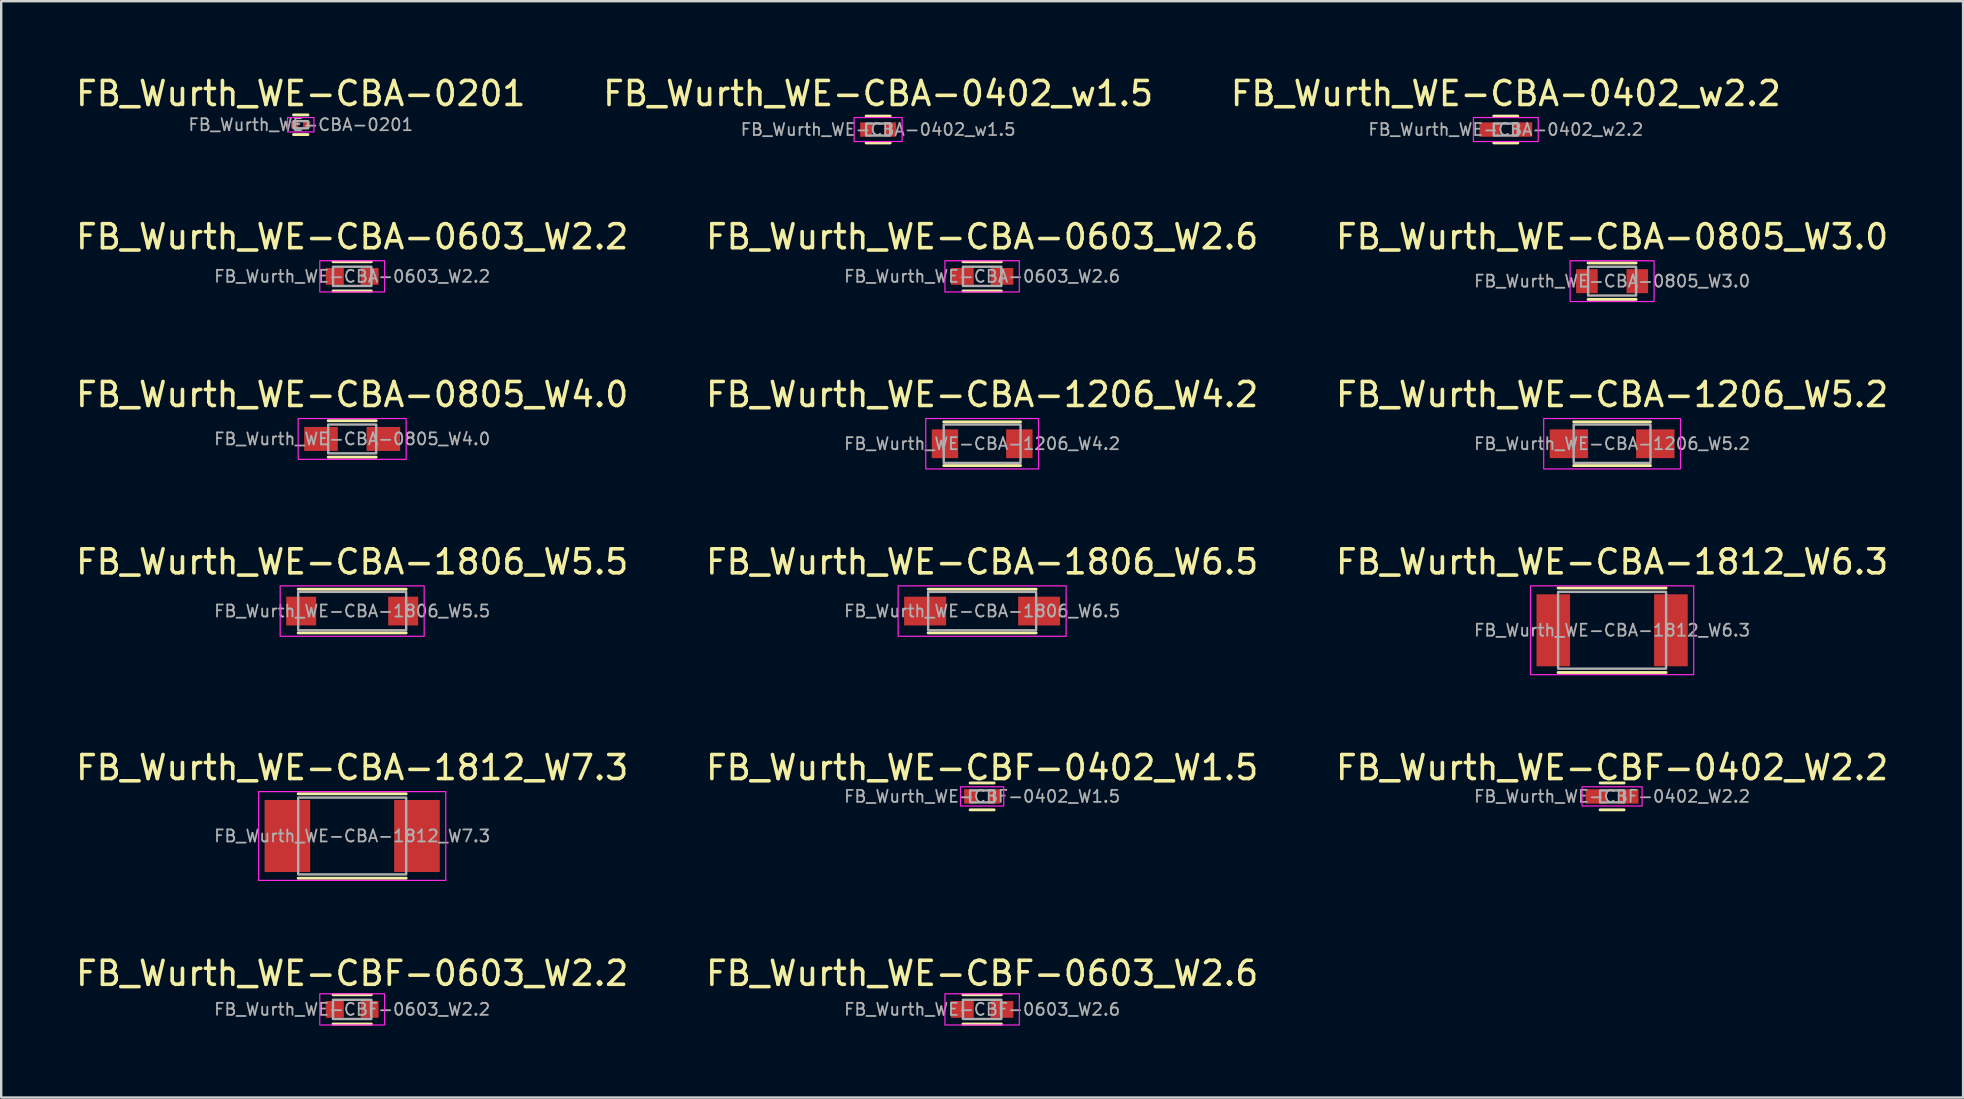
<source format=kicad_pcb>
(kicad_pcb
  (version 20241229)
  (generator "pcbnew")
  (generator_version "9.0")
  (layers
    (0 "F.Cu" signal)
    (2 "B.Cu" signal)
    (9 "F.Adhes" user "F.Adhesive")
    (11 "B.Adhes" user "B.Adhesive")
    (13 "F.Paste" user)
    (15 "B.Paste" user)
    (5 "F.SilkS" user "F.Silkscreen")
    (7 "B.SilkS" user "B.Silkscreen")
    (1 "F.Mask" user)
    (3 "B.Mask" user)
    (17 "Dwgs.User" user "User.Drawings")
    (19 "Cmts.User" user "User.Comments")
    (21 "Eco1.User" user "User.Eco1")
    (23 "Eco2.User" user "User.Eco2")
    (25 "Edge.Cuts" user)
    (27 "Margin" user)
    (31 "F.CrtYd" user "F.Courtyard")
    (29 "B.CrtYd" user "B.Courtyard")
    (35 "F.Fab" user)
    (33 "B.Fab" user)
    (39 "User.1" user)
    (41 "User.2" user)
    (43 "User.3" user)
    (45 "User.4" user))
  (footprint "FB_Wurth_WE-CBF-0402_W2.2"
    (layer "F.Cu")
    (at 64.125 30.136)
    (property "Reference" "FB_Wurth_WE-CBF-0402_W2.2" (at 0 -1.2 0) (unlocked yes) (layer "F.SilkS") (effects (font (size 1 1) (thickness 0.15))))
    (attr smd)
    (fp_line (start -0.5 -0.56) (end 0.5 -0.56) (stroke (width 0.12) (type default)) (layer "F.SilkS"))
    (fp_line (start -0.5 0.56) (end 0.5 0.56) (stroke (width 0.12) (type default)) (layer "F.SilkS"))
    (fp_rect (start -1.25 -0.4) (end 1.25 0.4) (stroke (width 0.05) (type default)) (fill no) (layer "F.CrtYd"))
    (fp_rect (start -0.5 -0.25) (end 0.5 0.25) (stroke (width 0.1) (type default)) (fill no) (layer "F.Fab"))
    (fp_text user "${REFERENCE}" (at 0 0 0) (unlocked yes) (layer "F.Fab") (effects (font (size 0.5 0.5) (thickness 0.075))))
    (pad "1" smd rect (at -0.675 0) (size 0.85 0.6) (layers "F.Cu" "F.Mask" "F.Paste"))
    (pad "2" smd rect (at 0.675 0) (size 0.85 0.6) (layers "F.Cu" "F.Mask" "F.Paste")))
  (footprint "FB_Wurth_WE-CBA-1206_W4.2"
    (layer "F.Cu")
    (at 37.875 15.44)
    (property "Reference" "FB_Wurth_WE-CBA-1206_W4.2" (at 0 -2.05 0) (unlocked yes) (layer "F.SilkS") (effects (font (size 1 1) (thickness 0.15))))
    (attr smd)
    (fp_line (start -1.6 -0.91) (end 1.6 -0.91) (stroke (width 0.12) (type solid)) (layer "F.SilkS"))
    (fp_line (start -1.6 0.91) (end 1.6 0.91) (stroke (width 0.12) (type solid)) (layer "F.SilkS"))
    (fp_rect (start -2.35 -1.05) (end 2.35 1.05) (stroke (width 0.05) (type solid)) (fill no) (layer "F.CrtYd"))
    (fp_rect (start -1.6 -0.8) (end 1.6 0.8) (stroke (width 0.1) (type solid)) (fill no) (layer "F.Fab"))
    (fp_text user "${REFERENCE}" (at 0 0 0) (unlocked yes) (layer "F.Fab") (effects (font (size 0.5 0.5) (thickness 0.075))))
    (pad "1" smd rect (at -1.55 0) (size 1.1 1.2) (layers "F.Cu" "F.Mask" "F.Paste"))
    (pad "2" smd rect (at 1.55 0) (size 1.1 1.2) (layers "F.Cu" "F.Mask" "F.Paste")))
  (footprint "FB_Wurth_WE-CBA-0805_W4.0"
    (layer "F.Cu")
    (at 11.625 15.24)
    (property "Reference" "FB_Wurth_WE-CBA-0805_W4.0" (at 0 -1.85 0) (unlocked yes) (layer "F.SilkS") (effects (font (size 1 1) (thickness 0.15))))
    (attr smd)
    (fp_line (start -1 -0.76) (end 1 -0.76) (stroke (width 0.12) (type solid)) (layer "F.SilkS"))
    (fp_line (start -1 0.76) (end 1 0.76) (stroke (width 0.12) (type solid)) (layer "F.SilkS"))
    (fp_rect (start -2.25 -0.85) (end 2.25 0.85) (stroke (width 0.05) (type solid)) (fill no) (layer "F.CrtYd"))
    (fp_rect (start -1 -0.6) (end 1 0.6) (stroke (width 0.1) (type solid)) (fill no) (layer "F.Fab"))
    (fp_text user "${REFERENCE}" (at 0 0 0) (unlocked yes) (layer "F.Fab") (effects (font (size 0.5 0.5) (thickness 0.075))))
    (pad "1" smd rect (at -1.3 0) (size 1.4 1) (layers "F.Cu" "F.Mask" "F.Paste"))
    (pad "2" smd rect (at 1.3 0) (size 1.4 1) (layers "F.Cu" "F.Mask" "F.Paste")))
  (footprint "FB_Wurth_WE-CBA-0402_w2.2"
    (layer "F.Cu")
    (at 59.696 2.348)
    (property "Reference" "FB_Wurth_WE-CBA-0402_w2.2" (at 0 -1.5 0) (unlocked yes) (layer "F.SilkS") (effects (font (size 1 1) (thickness 0.15))))
    (attr smd)
    (fp_line (start -0.5 -0.56) (end 0.5 -0.56) (stroke (width 0.12) (type solid)) (layer "F.SilkS"))
    (fp_line (start -0.5 0.56) (end 0.5 0.56) (stroke (width 0.12) (type solid)) (layer "F.SilkS"))
    (fp_rect (start -1.35 -0.5) (end 1.35 0.5) (stroke (width 0.05) (type solid)) (fill no) (layer "F.CrtYd"))
    (fp_rect (start -0.5 -0.25) (end 0.5 0.25) (stroke (width 0.1) (type solid)) (fill no) (layer "F.Fab"))
    (fp_text user "${REFERENCE}" (at 0 0 0) (unlocked yes) (layer "F.Fab") (effects (font (size 0.5 0.5) (thickness 0.075))))
    (pad "1" smd rect (at -0.675 0) (size 0.85 0.6) (layers "F.Cu" "F.Mask" "F.Paste"))
    (pad "2" smd rect (at 0.675 0) (size 0.85 0.6) (layers "F.Cu" "F.Mask" "F.Paste")))
  (footprint "FB_Wurth_WE-CBA-1806_W6.5"
    (layer "F.Cu")
    (at 37.875 22.413)
    (property "Reference" "FB_Wurth_WE-CBA-1806_W6.5" (at 0 -2.05 0) (unlocked yes) (layer "F.SilkS") (effects (font (size 1 1) (thickness 0.15))))
    (attr smd)
    (fp_line (start -2.25 -0.91) (end 2.25 -0.91) (stroke (width 0.12) (type solid)) (layer "F.SilkS"))
    (fp_line (start -2.25 0.91) (end 2.25 0.91) (stroke (width 0.12) (type solid)) (layer "F.SilkS"))
    (fp_rect (start -3.5 -1.05) (end 3.5 1.05) (stroke (width 0.05) (type solid)) (fill no) (layer "F.CrtYd"))
    (fp_rect (start -2.25 -0.8) (end 2.25 0.8) (stroke (width 0.1) (type solid)) (fill no) (layer "F.Fab"))
    (fp_text user "${REFERENCE}" (at 0 0 0) (unlocked yes) (layer "F.Fab") (effects (font (size 0.5 0.5) (thickness 0.075))))
    (pad "1" smd rect (at -2.375 0) (size 1.75 1.2) (layers "F.Cu" "F.Mask" "F.Paste"))
    (pad "2" smd rect (at 2.375 0) (size 1.75 1.2) (layers "F.Cu" "F.Mask" "F.Paste")))
  (footprint "FB_Wurth_WE-CBA-0805_W3.0"
    (layer "F.Cu")
    (at 64.125 8.666)
    (property "Reference" "FB_Wurth_WE-CBA-0805_W3.0" (at 0 -1.85 0) (unlocked yes) (layer "F.SilkS") (effects (font (size 1 1) (thickness 0.15))))
    (attr smd)
    (fp_line (start -1 -0.76) (end 1 -0.76) (stroke (width 0.12) (type solid)) (layer "F.SilkS"))
    (fp_line (start -1 0.76) (end 1 0.76) (stroke (width 0.12) (type solid)) (layer "F.SilkS"))
    (fp_rect (start -1.75 -0.85) (end 1.75 0.85) (stroke (width 0.05) (type solid)) (fill no) (layer "F.CrtYd"))
    (fp_rect (start -1 -0.6) (end 1 0.6) (stroke (width 0.1) (type solid)) (fill no) (layer "F.Fab"))
    (fp_text user "${REFERENCE}" (at 0 0 0) (unlocked yes) (layer "F.Fab") (effects (font (size 0.5 0.5) (thickness 0.075))))
    (pad "1" smd rect (at -1.05 0) (size 0.9 1) (layers "F.Cu" "F.Mask" "F.Paste"))
    (pad "2" smd rect (at 1.05 0) (size 0.9 1) (layers "F.Cu" "F.Mask" "F.Paste")))
  (footprint "FB_Wurth_WE-CBA-0201"
    (layer "F.Cu")
    (at 9.482 2.148)
    (property "Reference" "FB_Wurth_WE-CBA-0201" (at 0 -1.3 0) (unlocked yes) (layer "F.SilkS") (effects (font (size 1 1) (thickness 0.15))))
    (attr smd)
    (fp_line (start -0.3 -0.41) (end 0.3 -0.41) (stroke (width 0.12) (type solid)) (layer "F.SilkS"))
    (fp_line (start -0.3 0.41) (end 0.3 0.41) (stroke (width 0.12) (type solid)) (layer "F.SilkS"))
    (fp_rect (start -0.55 -0.3) (end 0.55 0.3) (stroke (width 0.05) (type solid)) (fill no) (layer "F.CrtYd"))
    (fp_rect (start -0.3 -0.15) (end 0.3 0.15) (stroke (width 0.1) (type solid)) (fill no) (layer "F.Fab"))
    (fp_text user "${REFERENCE}" (at 0 0 0) (unlocked yes) (layer "F.Fab") (effects (font (size 0.5 0.5) (thickness 0.075))))
    (pad "1" smd rect (at -0.25 0) (size 0.3 0.3) (layers "F.Cu" "F.Mask" "F.Paste"))
    (pad "2" smd rect (at 0.25 0) (size 0.3 0.3) (layers "F.Cu" "F.Mask" "F.Paste")))
  (footprint "FB_Wurth_WE-CBA-0603_W2.6"
    (layer "F.Cu")
    (at 37.875 8.466)
    (property "Reference" "FB_Wurth_WE-CBA-0603_W2.6" (at 0 -1.65 0) (unlocked yes) (layer "F.SilkS") (effects (font (size 1 1) (thickness 0.15))))
    (attr smd)
    (fp_line (start -0.8 -0.61) (end 0.8 -0.61) (stroke (width 0.12) (type solid)) (layer "F.SilkS"))
    (fp_line (start -0.8 0.61) (end 0.8 0.61) (stroke (width 0.12) (type solid)) (layer "F.SilkS"))
    (fp_rect (start -1.55 -0.65) (end 1.55 0.65) (stroke (width 0.05) (type solid)) (fill no) (layer "F.CrtYd"))
    (fp_rect (start -0.8 -0.4) (end 0.8 0.4) (stroke (width 0.1) (type solid)) (fill no) (layer "F.Fab"))
    (fp_text user "${REFERENCE}" (at 0 0 0) (unlocked yes) (layer "F.Fab") (effects (font (size 0.5 0.5) (thickness 0.075))))
    (pad "1" smd rect (at -0.825 0) (size 0.95 0.7) (layers "F.Cu" "F.Mask" "F.Paste"))
    (pad "2" smd rect (at 0.825 0) (size 0.95 0.7) (layers "F.Cu" "F.Mask" "F.Paste")))
  (footprint "FB_Wurth_WE-CBA-0402_w1.5"
    (layer "F.Cu")
    (at 33.542 2.348)
    (property "Reference" "FB_Wurth_WE-CBA-0402_w1.5" (at 0 -1.5 0) (unlocked yes) (layer "F.SilkS") (effects (font (size 1 1) (thickness 0.15))))
    (attr smd)
    (fp_line (start -0.5 -0.56) (end 0.5 -0.56) (stroke (width 0.12) (type solid)) (layer "F.SilkS"))
    (fp_line (start -0.5 0.56) (end 0.5 0.56) (stroke (width 0.12) (type solid)) (layer "F.SilkS"))
    (fp_rect (start -1 -0.5) (end 1 0.5) (stroke (width 0.05) (type solid)) (fill no) (layer "F.CrtYd"))
    (fp_rect (start -0.5 -0.25) (end 0.5 0.25) (stroke (width 0.1) (type solid)) (fill no) (layer "F.Fab"))
    (fp_text user "${REFERENCE}" (at 0 0 0) (unlocked yes) (layer "F.Fab") (effects (font (size 0.5 0.5) (thickness 0.075))))
    (pad "1" smd rect (at -0.5 0) (size 0.5 0.6) (layers "F.Cu" "F.Mask" "F.Paste"))
    (pad "2" smd rect (at 0.5 0) (size 0.5 0.6) (layers "F.Cu" "F.Mask" "F.Paste")))
  (footprint "FB_Wurth_WE-CBF-0402_W1.5"
    (layer "F.Cu")
    (at 37.875 30.136)
    (property "Reference" "FB_Wurth_WE-CBF-0402_W1.5" (at 0 -1.2 0) (unlocked yes) (layer "F.SilkS") (effects (font (size 1 1) (thickness 0.15))))
    (attr smd)
    (fp_line (start -0.5 -0.56) (end 0.5 -0.56) (stroke (width 0.12) (type default)) (layer "F.SilkS"))
    (fp_line (start -0.5 0.56) (end 0.5 0.56) (stroke (width 0.12) (type default)) (layer "F.SilkS"))
    (fp_rect (start -0.9 -0.4) (end 0.9 0.4) (stroke (width 0.05) (type default)) (fill no) (layer "F.CrtYd"))
    (fp_rect (start -0.5 -0.25) (end 0.5 0.25) (stroke (width 0.1) (type default)) (fill no) (layer "F.Fab"))
    (fp_text user "${REFERENCE}" (at 0 0 0) (unlocked yes) (layer "F.Fab") (effects (font (size 0.5 0.5) (thickness 0.075))))
    (pad "1" smd rect (at -0.5 0) (size 0.5 0.6) (layers "F.Cu" "F.Mask" "F.Paste"))
    (pad "2" smd rect (at 0.5 0) (size 0.5 0.6) (layers "F.Cu" "F.Mask" "F.Paste")))
  (footprint "FB_Wurth_WE-CBF-0603_W2.6"
    (layer "F.Cu")
    (at 37.875 39.01)
    (property "Reference" "FB_Wurth_WE-CBF-0603_W2.6" (at 0 -1.5 0) (unlocked yes) (layer "F.SilkS") (effects (font (size 1 1) (thickness 0.15))))
    (attr smd)
    (fp_line (start -0.8 -0.61) (end 0.8 -0.61) (stroke (width 0.12) (type default)) (layer "F.SilkS"))
    (fp_line (start -0.8 0.61) (end 0.8 0.61) (stroke (width 0.12) (type default)) (layer "F.SilkS"))
    (fp_rect (start -1.55 -0.65) (end 1.55 0.65) (stroke (width 0.05) (type default)) (fill no) (layer "F.CrtYd"))
    (fp_rect (start -0.8 -0.4) (end 0.8 0.4) (stroke (width 0.1) (type default)) (fill no) (layer "F.Fab"))
    (fp_text user "${REFERENCE}" (at 0 0 0) (unlocked yes) (layer "F.Fab") (effects (font (size 0.5 0.5) (thickness 0.075))))
    (pad "1" smd rect (at -0.825 0) (size 0.95 0.7) (layers "F.Cu" "F.Mask" "F.Paste"))
    (pad "2" smd rect (at 0.825 0) (size 0.95 0.7) (layers "F.Cu" "F.Mask" "F.Paste")))
  (footprint "FB_Wurth_WE-CBA-1806_W5.5"
    (layer "F.Cu")
    (at 11.625 22.413)
    (property "Reference" "FB_Wurth_WE-CBA-1806_W5.5" (at 0 -2.05 0) (unlocked yes) (layer "F.SilkS") (effects (font (size 1 1) (thickness 0.15))))
    (attr smd)
    (fp_line (start -2.25 -0.91) (end 2.25 -0.91) (stroke (width 0.12) (type solid)) (layer "F.SilkS"))
    (fp_line (start -2.25 0.91) (end 2.25 0.91) (stroke (width 0.12) (type solid)) (layer "F.SilkS"))
    (fp_rect (start -3 -1.05) (end 3 1.05) (stroke (width 0.05) (type solid)) (fill no) (layer "F.CrtYd"))
    (fp_rect (start -2.25 -0.8) (end 2.25 0.8) (stroke (width 0.1) (type solid)) (fill no) (layer "F.Fab"))
    (fp_text user "${REFERENCE}" (at 0 0 0) (unlocked yes) (layer "F.Fab") (effects (font (size 0.5 0.5) (thickness 0.075))))
    (pad "1" smd rect (at -2.125 0) (size 1.25 1.2) (layers "F.Cu" "F.Mask" "F.Paste"))
    (pad "2" smd rect (at 2.125 0) (size 1.25 1.2) (layers "F.Cu" "F.Mask" "F.Paste")))
  (footprint "FB_Wurth_WE-CBA-0603_W2.2"
    (layer "F.Cu")
    (at 11.625 8.466)
    (property "Reference" "FB_Wurth_WE-CBA-0603_W2.2" (at 0 -1.65 0) (unlocked yes) (layer "F.SilkS") (effects (font (size 1 1) (thickness 0.15))))
    (attr smd)
    (fp_line (start -0.8 -0.61) (end 0.8 -0.61) (stroke (width 0.12) (type solid)) (layer "F.SilkS"))
    (fp_line (start -0.8 0.61) (end 0.8 0.61) (stroke (width 0.12) (type solid)) (layer "F.SilkS"))
    (fp_rect (start -1.35 -0.65) (end 1.35 0.65) (stroke (width 0.05) (type solid)) (fill no) (layer "F.CrtYd"))
    (fp_rect (start -0.8 -0.4) (end 0.8 0.4) (stroke (width 0.1) (type solid)) (fill no) (layer "F.Fab"))
    (fp_text user "${REFERENCE}" (at 0 0 0) (unlocked yes) (layer "F.Fab") (effects (font (size 0.5 0.5) (thickness 0.075))))
    (pad "1" smd rect (at -0.725 0) (size 0.75 0.7) (layers "F.Cu" "F.Mask" "F.Paste"))
    (pad "2" smd rect (at 0.725 0) (size 0.75 0.7) (layers "F.Cu" "F.Mask" "F.Paste")))
  (footprint "FB_Wurth_WE-CBA-1812_W7.3"
    (layer "F.Cu")
    (at 11.625 31.786)
    (property "Reference" "FB_Wurth_WE-CBA-1812_W7.3" (at 0 -2.85 0) (unlocked yes) (layer "F.SilkS") (effects (font (size 1 1) (thickness 0.15))))
    (attr smd)
    (fp_line (start -2.25 -1.76) (end 2.25 -1.76) (stroke (width 0.12) (type solid)) (layer "F.SilkS"))
    (fp_line (start -2.25 1.76) (end 2.25 1.76) (stroke (width 0.12) (type solid)) (layer "F.SilkS"))
    (fp_rect (start -3.9 -1.85) (end 3.9 1.85) (stroke (width 0.05) (type solid)) (fill no) (layer "F.CrtYd"))
    (fp_rect (start -2.25 -1.6) (end 2.25 1.6) (stroke (width 0.1) (type solid)) (fill no) (layer "F.Fab"))
    (fp_text user "${REFERENCE}" (at 0 0 0) (unlocked yes) (layer "F.Fab") (effects (font (size 0.5 0.5) (thickness 0.075))))
    (pad "1" smd rect (at -2.7 0) (size 1.9 3) (layers "F.Cu" "F.Mask" "F.Paste"))
    (pad "2" smd rect (at 2.7 0) (size 1.9 3) (layers "F.Cu" "F.Mask" "F.Paste")))
  (footprint "FB_Wurth_WE-CBA-1812_W6.3"
    (layer "F.Cu")
    (at 64.125 23.213)
    (property "Reference" "FB_Wurth_WE-CBA-1812_W6.3" (at 0 -2.85 0) (unlocked yes) (layer "F.SilkS") (effects (font (size 1 1) (thickness 0.15))))
    (attr smd)
    (fp_line (start -2.25 -1.76) (end 2.25 -1.76) (stroke (width 0.12) (type solid)) (layer "F.SilkS"))
    (fp_line (start -2.25 1.76) (end 2.25 1.76) (stroke (width 0.12) (type solid)) (layer "F.SilkS"))
    (fp_rect (start -3.4 -1.85) (end 3.4 1.85) (stroke (width 0.05) (type solid)) (fill no) (layer "F.CrtYd"))
    (fp_rect (start -2.25 -1.6) (end 2.25 1.6) (stroke (width 0.1) (type solid)) (fill no) (layer "F.Fab"))
    (fp_text user "${REFERENCE}" (at 0 0 0) (unlocked yes) (layer "F.Fab") (effects (font (size 0.5 0.5) (thickness 0.075))))
    (pad "1" smd rect (at -2.45 0) (size 1.4 3) (layers "F.Cu" "F.Mask" "F.Paste"))
    (pad "2" smd rect (at 2.45 0) (size 1.4 3) (layers "F.Cu" "F.Mask" "F.Paste")))
  (footprint "FB_Wurth_WE-CBF-0603_W2.2"
    (layer "F.Cu")
    (at 11.625 39.01)
    (property "Reference" "FB_Wurth_WE-CBF-0603_W2.2" (at 0 -1.5 0) (unlocked yes) (layer "F.SilkS") (effects (font (size 1 1) (thickness 0.15))))
    (attr smd)
    (fp_line (start -0.8 -0.61) (end 0.8 -0.61) (stroke (width 0.12) (type default)) (layer "F.SilkS"))
    (fp_line (start -0.8 0.61) (end 0.8 0.61) (stroke (width 0.12) (type default)) (layer "F.SilkS"))
    (fp_rect (start -1.35 -0.65) (end 1.35 0.65) (stroke (width 0.05) (type default)) (fill no) (layer "F.CrtYd"))
    (fp_rect (start -0.8 -0.4) (end 0.8 0.4) (stroke (width 0.1) (type default)) (fill no) (layer "F.Fab"))
    (fp_text user "${REFERENCE}" (at 0 0 0) (unlocked yes) (layer "F.Fab") (effects (font (size 0.5 0.5) (thickness 0.075))))
    (pad "1" smd rect (at -0.725 0) (size 0.75 0.7) (layers "F.Cu" "F.Mask" "F.Paste"))
    (pad "2" smd rect (at 0.725 0) (size 0.75 0.7) (layers "F.Cu" "F.Mask" "F.Paste")))
  (footprint "FB_Wurth_WE-CBA-1206_W5.2"
    (layer "F.Cu")
    (at 64.125 15.44)
    (property "Reference" "FB_Wurth_WE-CBA-1206_W5.2" (at 0 -2.05 0) (unlocked yes) (layer "F.SilkS") (effects (font (size 1 1) (thickness 0.15))))
    (attr smd)
    (fp_line (start -1.6 -0.91) (end 1.6 -0.91) (stroke (width 0.12) (type solid)) (layer "F.SilkS"))
    (fp_line (start -1.6 0.91) (end 1.6 0.91) (stroke (width 0.12) (type solid)) (layer "F.SilkS"))
    (fp_rect (start -2.85 -1.05) (end 2.85 1.05) (stroke (width 0.05) (type solid)) (fill no) (layer "F.CrtYd"))
    (fp_rect (start -1.6 -0.8) (end 1.6 0.8) (stroke (width 0.1) (type solid)) (fill no) (layer "F.Fab"))
    (fp_text user "${REFERENCE}" (at 0 0 0) (unlocked yes) (layer "F.Fab") (effects (font (size 0.5 0.5) (thickness 0.075))))
    (pad "1" smd rect (at -1.8 0) (size 1.6 1.2) (layers "F.Cu" "F.Mask" "F.Paste"))
    (pad "2" smd rect (at 1.8 0) (size 1.6 1.2) (layers "F.Cu" "F.Mask" "F.Paste")))
  (gr_rect
    (start -3 -3)
    (end 78.75 42.684)
    (stroke (width 0.1) (type default))
    (fill no)
    (layer "Edge.Cuts")))
</source>
